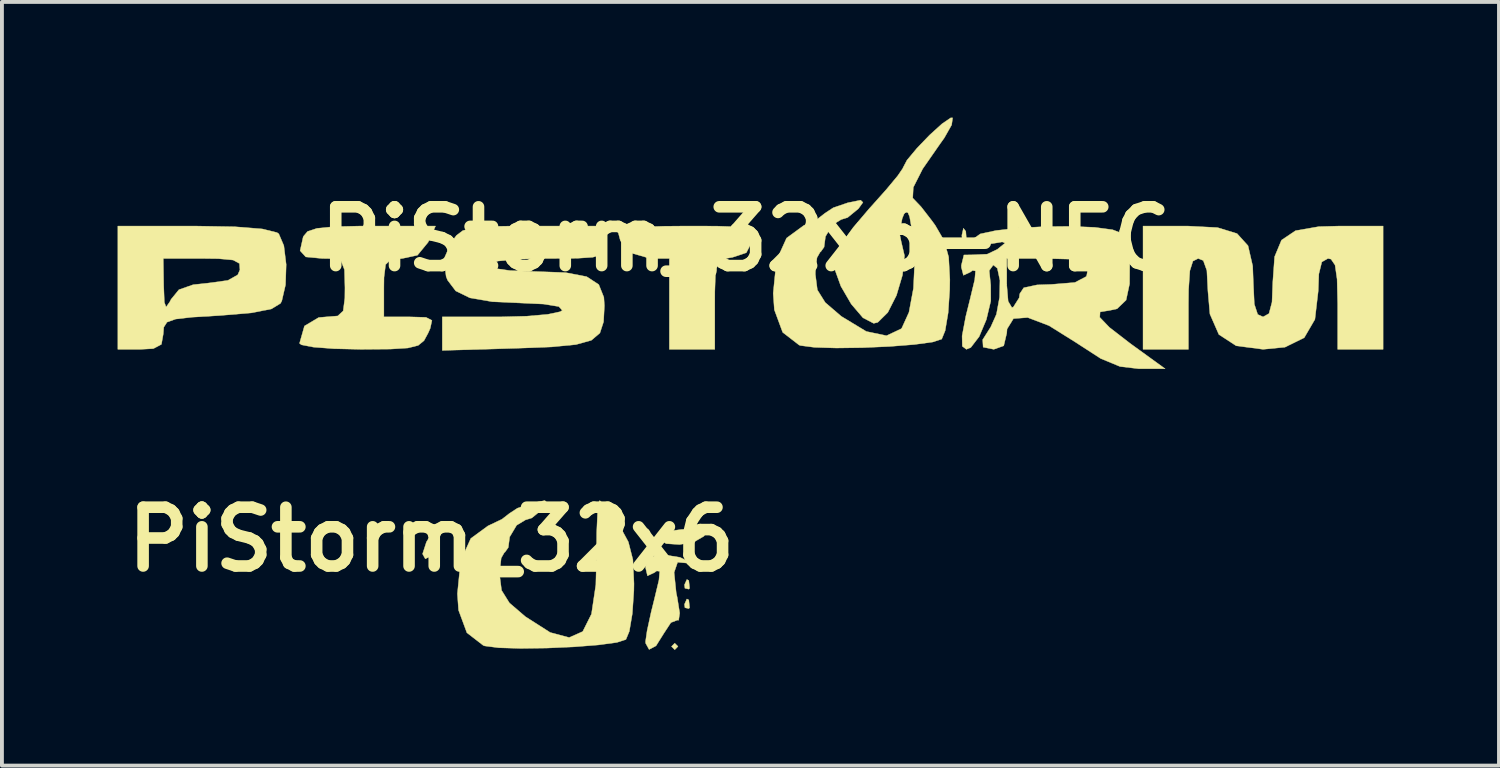
<source format=kicad_pcb>
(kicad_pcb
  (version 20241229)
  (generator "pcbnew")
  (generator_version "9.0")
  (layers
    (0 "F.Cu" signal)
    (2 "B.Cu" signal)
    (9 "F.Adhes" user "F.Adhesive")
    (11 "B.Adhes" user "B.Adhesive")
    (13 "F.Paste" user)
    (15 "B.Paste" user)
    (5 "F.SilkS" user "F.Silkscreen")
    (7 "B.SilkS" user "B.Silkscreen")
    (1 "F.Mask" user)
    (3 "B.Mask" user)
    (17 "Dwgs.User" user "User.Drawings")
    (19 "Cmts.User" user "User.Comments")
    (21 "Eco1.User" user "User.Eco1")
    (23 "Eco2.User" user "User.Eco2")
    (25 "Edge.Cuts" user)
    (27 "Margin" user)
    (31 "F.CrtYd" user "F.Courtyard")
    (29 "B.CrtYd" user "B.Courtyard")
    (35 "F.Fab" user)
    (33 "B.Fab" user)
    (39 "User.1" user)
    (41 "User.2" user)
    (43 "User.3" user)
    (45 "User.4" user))
  (footprint "PiStorm_32x6"
    (layer "F.Cu")
    (at 8.135 10.934)
    (property "Reference" "PiStorm_32x6" (at 0 0 0) (layer "F.SilkS") (effects (font (size 1.524 1.524) (thickness 0.3))))
    (attr through_hole)
    (fp_poly (pts (xy 6.392 2.775) (xy 6.308 2.86) (xy 6.224 2.775) (xy 6.308 2.691) (xy 6.392 2.775)) (stroke (width 0.01) (type solid)) (fill yes) (layer "F.SilkS"))
    (fp_poly (pts (xy 5.666 -0.2) (xy 5.686 0.063) (xy 5.653 0.123) (xy 5.576 0.072) (xy 5.564 -0.098) (xy 5.605 -0.278) (xy 5.666 -0.2)) (stroke (width 0.01) (type solid)) (fill yes) (layer "F.SilkS"))
    (fp_poly (pts (xy 6.672 1.065) (xy 6.693 1.265) (xy 6.672 1.29) (xy 6.572 1.267) (xy 6.56 1.177) (xy 6.622 1.039) (xy 6.672 1.065)) (stroke (width 0.01) (type solid)) (fill yes) (layer "F.SilkS"))
    (fp_poly (pts (xy 6.672 1.57) (xy 6.693 1.77) (xy 6.672 1.794) (xy 6.572 1.771) (xy 6.56 1.682) (xy 6.622 1.544) (xy 6.672 1.57)) (stroke (width 0.01) (type solid)) (fill yes) (layer "F.SilkS"))
    (fp_poly (pts (xy 0.136 -0.182) (xy 0.138 0.145) (xy -0.005 0.425) (xy -0.159 0.505) (xy -0.23 0.376) (xy -0.129 0.065) (xy 0.029 -0.186) (xy 0.134 -0.187) (xy 0.136 -0.182)) (stroke (width 0.01) (type solid)) (fill yes) (layer "F.SilkS"))
    (fp_poly (pts (xy 6.98 -0.225) (xy 7.086 -0.12) (xy 7.063 -0.082) (xy 6.805 0.067) (xy 6.434 0.133) (xy 6.086 0.11) (xy 5.895 -0.005) (xy 5.887 -0.043) (xy 6.045 -0.2) (xy 6.501 -0.26) (xy 6.549 -0.26) (xy 6.98 -0.225)) (stroke (width 0.01) (type solid)) (fill yes) (layer "F.SilkS"))
    (fp_poly (pts (xy 6.044 0.401) (xy 6.446 0.466) (xy 6.675 0.576) (xy 6.696 0.651) (xy 6.614 0.613) (xy 6.382 0.592) (xy 6.291 0.857) (xy 6.346 1.387) (xy 6.371 1.502) (xy 6.436 1.91) (xy 6.409 2.095) (xy 6.375 2.092) (xy 6.208 2.157) (xy 6.029 2.43) (xy 5.823 2.758) (xy 5.643 2.854) (xy 5.553 2.691) (xy 5.551 2.644) (xy 5.591 2.367) (xy 5.694 1.893) (xy 5.779 1.55) (xy 5.898 1.055) (xy 5.918 0.828) (xy 5.841 0.816) (xy 5.779 0.861) (xy 5.601 0.944) (xy 5.551 0.735) (xy 5.551 0.713) (xy 5.624 0.47) (xy 5.903 0.398) (xy 6.044 0.401)) (stroke (width 0.01) (type solid)) (fill yes) (layer "F.SilkS"))
    (fp_poly (pts (xy 3 -0.949) (xy 2.881 -0.785) (xy 2.602 -0.556) (xy 2.436 -0.505) (xy 2.209 -0.367) (xy 2.028 -0.064) (xy 1.992 0.21) (xy 1.902 0.336) (xy 1.892 0.336) (xy 1.808 0.484) (xy 1.767 0.847) (xy 1.766 0.916) (xy 1.818 1.32) (xy 2.022 1.647) (xy 2.439 2.005) (xy 3.079 2.413) (xy 3.57 2.544) (xy 3.922 2.388) (xy 4.149 1.935) (xy 4.262 1.176) (xy 4.279 0.478) (xy 4.284 -0.182) (xy 4.307 -0.691) (xy 4.343 -0.974) (xy 4.363 -1.007) (xy 4.503 -0.878) (xy 4.747 -0.554) (xy 4.866 -0.376) (xy 5.105 0.065) (xy 5.223 0.526) (xy 5.251 1.147) (xy 5.248 1.334) (xy 5.208 1.923) (xy 5.13 2.383) (xy 5.042 2.595) (xy 4.809 2.671) (xy 4.329 2.736) (xy 3.693 2.786) (xy 2.991 2.817) (xy 2.311 2.826) (xy 1.745 2.809) (xy 1.382 2.762) (xy 1.346 2.75) (xy 0.919 2.42) (xy 0.703 1.835) (xy 0.673 1.409) (xy 0.758 0.556) (xy 1.02 -0.024) (xy 1.465 -0.35) (xy 1.828 -0.523) (xy 2.017 -0.67) (xy 2.23 -0.81) (xy 2.609 -0.94) (xy 2.94 -1.007) (xy 3 -0.949)) (stroke (width 0.01) (type solid)) (fill yes) (layer "F.SilkS")))
  (footprint "PiStorm_32x6-NEG"
    (layer "F.Cu")
    (at 16.322 3.146)
    (property "Reference" "PiStorm_32x6-NEG" (at 0 0 0) (layer "F.SilkS") (effects (font (size 1.524 1.524) (thickness 0.3))))
    (attr through_hole)
    (fp_poly (pts (xy 5.666 -0.2) (xy 5.686 0.063) (xy 5.653 0.123) (xy 5.576 0.072) (xy 5.564 -0.098) (xy 5.605 -0.278) (xy 5.666 -0.2)) (stroke (width 0.01) (type solid)) (fill yes) (layer "F.SilkS"))
    (fp_poly (pts (xy -0.798 -0.334) (xy -0.288 -0.317) (xy 0.001 -0.274) (xy 0.128 -0.191) (xy 0.149 -0.056) (xy 0.138 0.042) (xy -0.024 0.356) (xy -0.378 0.474) (xy -0.621 0.517) (xy -0.759 0.627) (xy -0.823 0.883) (xy -0.84 1.36) (xy -0.841 1.693) (xy -0.841 2.86) (xy -2.019 2.86) (xy -2.019 0.505) (xy -2.517 0.505) (xy -2.972 0.374) (xy -3.287 0.049) (xy -3.364 -0.241) (xy -3.208 -0.28) (xy -2.784 -0.311) (xy -2.162 -0.331) (xy -1.586 -0.336) (xy -0.798 -0.334)) (stroke (width 0.01) (type solid)) (fill yes) (layer "F.SilkS"))
    (fp_poly (pts (xy -13.288 -0.318) (xy -12.574 -0.261) (xy -12.192 -0.167) (xy -12.145 -0.135) (xy -12.013 0.173) (xy -11.953 0.662) (xy -11.97 1.188) (xy -12.066 1.604) (xy -12.1 1.669) (xy -12.335 1.813) (xy -12.851 1.915) (xy -13.674 1.984) (xy -13.695 1.985) (xy -14.392 2.027) (xy -14.819 2.076) (xy -15.042 2.156) (xy -15.126 2.287) (xy -15.139 2.46) (xy -15.187 2.731) (xy -15.396 2.842) (xy -15.728 2.86) (xy -16.317 2.86) (xy -16.317 0.505) (xy -15.139 0.505) (xy -15.128 1.22) (xy -15.111 1.641) (xy -15.066 1.764) (xy -14.97 1.629) (xy -14.937 1.564) (xy -14.733 1.314) (xy -14.365 1.185) (xy -13.983 1.144) (xy -13.464 1.073) (xy -13.208 0.929) (xy -13.152 0.799) (xy -13.164 0.635) (xy -13.327 0.546) (xy -13.71 0.51) (xy -14.117 0.505) (xy -15.139 0.505) (xy -16.317 0.505) (xy -16.317 -0.336) (xy -14.332 -0.336) (xy -13.288 -0.318)) (stroke (width 0.01) (type solid)) (fill yes) (layer "F.SilkS"))
    (fp_poly (pts (xy -8.273 0.084) (xy -8.55 0.421) (xy -8.942 0.505) (xy -9.236 0.529) (xy -9.375 0.663) (xy -9.417 0.998) (xy -9.42 1.262) (xy -9.42 2.019) (xy -8.751 2.019) (xy -8.328 2.031) (xy -8.174 2.11) (xy -8.218 2.315) (xy -8.273 2.439) (xy -8.38 2.636) (xy -8.531 2.759) (xy -8.798 2.826) (xy -9.252 2.854) (xy -9.965 2.86) (xy -10.036 2.86) (xy -10.716 2.844) (xy -11.248 2.803) (xy -11.558 2.743) (xy -11.607 2.705) (xy -11.479 2.255) (xy -11.111 2.036) (xy -10.916 2.019) (xy -10.616 1.995) (xy -10.475 1.864) (xy -10.432 1.533) (xy -10.429 1.262) (xy -10.442 0.796) (xy -10.527 0.576) (xy -10.756 0.509) (xy -11.018 0.505) (xy -11.444 0.465) (xy -11.592 0.304) (xy -11.515 -0.042) (xy -11.505 -0.07) (xy -11.398 -0.196) (xy -11.155 -0.276) (xy -10.714 -0.32) (xy -10.017 -0.336) (xy -9.742 -0.336) (xy -8.081 -0.336) (xy -8.273 0.084)) (stroke (width 0.01) (type solid)) (fill yes) (layer "F.SilkS"))
    (fp_poly (pts (xy 12.192 -0.296) (xy 12.698 -0.141) (xy 12.983 0.174) (xy 13.104 0.7) (xy 13.121 1.149) (xy 13.146 1.688) (xy 13.234 1.956) (xy 13.373 2.019) (xy 13.527 1.933) (xy 13.605 1.636) (xy 13.625 1.119) (xy 13.672 0.459) (xy 13.851 0.029) (xy 14.215 -0.216) (xy 14.819 -0.321) (xy 15.363 -0.336) (xy 16.485 -0.336) (xy 16.485 2.86) (xy 15.307 2.86) (xy 15.307 1.682) (xy 15.292 1.042) (xy 15.239 0.676) (xy 15.134 0.522) (xy 15.055 0.505) (xy 14.896 0.595) (xy 14.819 0.906) (xy 14.803 1.346) (xy 14.717 2.084) (xy 14.44 2.559) (xy 13.94 2.805) (xy 13.373 2.86) (xy 12.676 2.769) (xy 12.227 2.476) (xy 11.995 1.946) (xy 11.943 1.346) (xy 11.916 0.817) (xy 11.823 0.558) (xy 11.691 0.505) (xy 11.554 0.574) (xy 11.475 0.823) (xy 11.442 1.313) (xy 11.438 1.682) (xy 11.438 2.86) (xy 10.261 2.86) (xy 10.261 -0.336) (xy 11.412 -0.336) (xy 12.192 -0.296)) (stroke (width 0.01) (type solid)) (fill yes) (layer "F.SilkS"))
    (fp_poly (pts (xy -3.701 0.084) (xy -3.713 0.283) (xy -3.792 0.407) (xy -4.003 0.473) (xy -4.411 0.5) (xy -5.081 0.505) (xy -5.215 0.505) (xy -5.94 0.522) (xy -6.457 0.571) (xy -6.712 0.645) (xy -6.728 0.673) (xy -6.573 0.759) (xy -6.155 0.818) (xy -5.549 0.841) (xy -5.54 0.841) (xy -4.71 0.871) (xy -4.163 0.976) (xy -3.849 1.181) (xy -3.717 1.511) (xy -3.703 1.73) (xy -3.725 2.148) (xy -3.82 2.438) (xy -4.041 2.626) (xy -4.441 2.737) (xy -5.073 2.798) (xy -5.965 2.832) (xy -7.906 2.889) (xy -7.906 2.019) (xy -6.402 2.019) (xy -5.722 2.001) (xy -5.177 1.954) (xy -4.849 1.885) (xy -4.794 1.85) (xy -4.885 1.751) (xy -5.276 1.687) (xy -5.751 1.665) (xy -6.608 1.626) (xy -7.19 1.526) (xy -7.557 1.347) (xy -7.769 1.067) (xy -7.806 0.973) (xy -7.863 0.519) (xy -7.678 0.097) (xy -7.539 -0.093) (xy -7.375 -0.217) (xy -7.118 -0.29) (xy -6.699 -0.325) (xy -6.051 -0.336) (xy -5.547 -0.336) (xy -3.701 -0.336) (xy -3.701 0.084)) (stroke (width 0.01) (type solid)) (fill yes) (layer "F.SilkS"))
    (fp_poly (pts (xy 9.008 -0.302) (xy 9.472 -0.24) (xy 9.683 -0.159) (xy 9.837 0.138) (xy 9.916 0.625) (xy 9.912 1.163) (xy 9.822 1.584) (xy 9.588 1.809) (xy 9.402 1.85) (xy 9.148 1.891) (xy 9.139 2.03) (xy 9.389 2.291) (xy 9.913 2.696) (xy 9.963 2.733) (xy 10.834 3.364) (xy 10.154 3.364) (xy 9.664 3.306) (xy 9.164 3.099) (xy 8.543 2.697) (xy 8.535 2.691) (xy 7.823 2.246) (xy 7.271 2.036) (xy 6.902 2.064) (xy 6.736 2.333) (xy 6.728 2.439) (xy 6.65 2.769) (xy 6.392 2.86) (xy 6.116 2.804) (xy 6.104 2.61) (xy 6.313 2.281) (xy 6.461 1.95) (xy 6.542 1.508) (xy 6.551 1.073) (xy 6.484 0.759) (xy 6.379 0.673) (xy 6.273 0.818) (xy 6.312 1.195) (xy 6.314 1.607) (xy 6.199 2.09) (xy 6.013 2.53) (xy 5.796 2.813) (xy 5.681 2.86) (xy 5.576 2.781) (xy 5.57 2.512) (xy 5.666 2.005) (xy 5.779 1.55) (xy 5.898 1.055) (xy 5.918 0.828) (xy 5.841 0.816) (xy 5.779 0.861) (xy 5.605 0.941) (xy 5.552 0.737) (xy 5.551 0.682) (xy 5.595 0.505) (xy 6.728 0.505) (xy 6.728 1.187) (xy 6.764 1.614) (xy 6.86 1.776) (xy 6.897 1.766) (xy 7.051 1.523) (xy 7.065 1.42) (xy 7.168 1.264) (xy 7.513 1.19) (xy 7.888 1.177) (xy 8.495 1.127) (xy 8.785 0.975) (xy 8.802 0.942) (xy 8.839 0.717) (xy 8.701 0.584) (xy 8.334 0.521) (xy 7.71 0.505) (xy 6.728 0.505) (xy 5.595 0.505) (xy 5.617 0.414) (xy 5.854 0.41) (xy 5.854 0.41) (xy 6.221 0.393) (xy 6.482 0.269) (xy 6.684 0.106) (xy 6.611 0.075) (xy 6.347 0.12) (xy 5.988 0.128) (xy 5.887 -0.022) (xy 6.042 -0.132) (xy 6.451 -0.22) (xy 7.033 -0.284) (xy 7.708 -0.321) (xy 8.393 -0.328) (xy 9.008 -0.302)) (stroke (width 0.01) (type solid)) (fill yes) (layer "F.SilkS"))
    (fp_poly (pts (xy 5.299 -2.957) (xy 5.108 -2.62) (xy 5.012 -2.486) (xy 4.549 -1.82) (xy 4.305 -1.338) (xy 4.291 -1.062) (xy 4.322 -1.03) (xy 4.508 -0.834) (xy 4.786 -0.475) (xy 4.875 -0.352) (xy 5.105 0.044) (xy 5.222 0.468) (xy 5.253 1.05) (xy 5.249 1.318) (xy 5.209 1.912) (xy 5.131 2.376) (xy 5.042 2.595) (xy 4.809 2.671) (xy 4.329 2.736) (xy 3.693 2.786) (xy 2.991 2.817) (xy 2.311 2.826) (xy 1.745 2.809) (xy 1.382 2.762) (xy 1.346 2.75) (xy 0.919 2.42) (xy 0.703 1.835) (xy 0.673 1.409) (xy 0.758 0.556) (xy 1.02 -0.024) (xy 1.465 -0.35) (xy 1.828 -0.523) (xy 2.017 -0.67) (xy 2.23 -0.81) (xy 2.609 -0.94) (xy 2.94 -1.007) (xy 3 -0.949) (xy 2.881 -0.785) (xy 2.602 -0.556) (xy 2.436 -0.505) (xy 2.209 -0.367) (xy 2.028 -0.064) (xy 1.992 0.21) (xy 1.902 0.336) (xy 1.892 0.336) (xy 1.808 0.484) (xy 1.767 0.847) (xy 1.766 0.916) (xy 1.818 1.32) (xy 2.022 1.647) (xy 2.439 2.005) (xy 3.087 2.397) (xy 3.611 2.507) (xy 3.988 2.329) (xy 4.009 2.305) (xy 4.193 1.9) (xy 4.309 1.278) (xy 4.343 0.551) (xy 4.29 -0.118) (xy 4.21 -0.576) (xy 4.143 -0.738) (xy 4.063 -0.644) (xy 4.017 -0.531) (xy 3.946 -0.156) (xy 3.989 0.057) (xy 4.077 0.432) (xy 4.025 0.935) (xy 3.869 1.461) (xy 3.644 1.905) (xy 3.384 2.161) (xy 3.278 2.187) (xy 3.001 2.043) (xy 2.696 1.686) (xy 2.428 1.225) (xy 2.263 0.77) (xy 2.253 0.467) (xy 2.417 0.156) (xy 2.747 -0.298) (xy 3.174 -0.801) (xy 3.198 -0.826) (xy 3.605 -1.282) (xy 3.903 -1.641) (xy 4.035 -1.835) (xy 4.037 -1.845) (xy 4.141 -2.043) (xy 4.4 -2.354) (xy 4.729 -2.696) (xy 5.048 -2.985) (xy 5.274 -3.14) (xy 5.325 -3.141) (xy 5.299 -2.957)) (stroke (width 0.01) (type solid)) (fill yes) (layer "F.SilkS")))
  (gr_rect
    (start -3 -3)
    (end 35.811 16.798)
    (stroke (width 0.1) (type default))
    (fill no)
    (layer "Edge.Cuts")))
</source>
